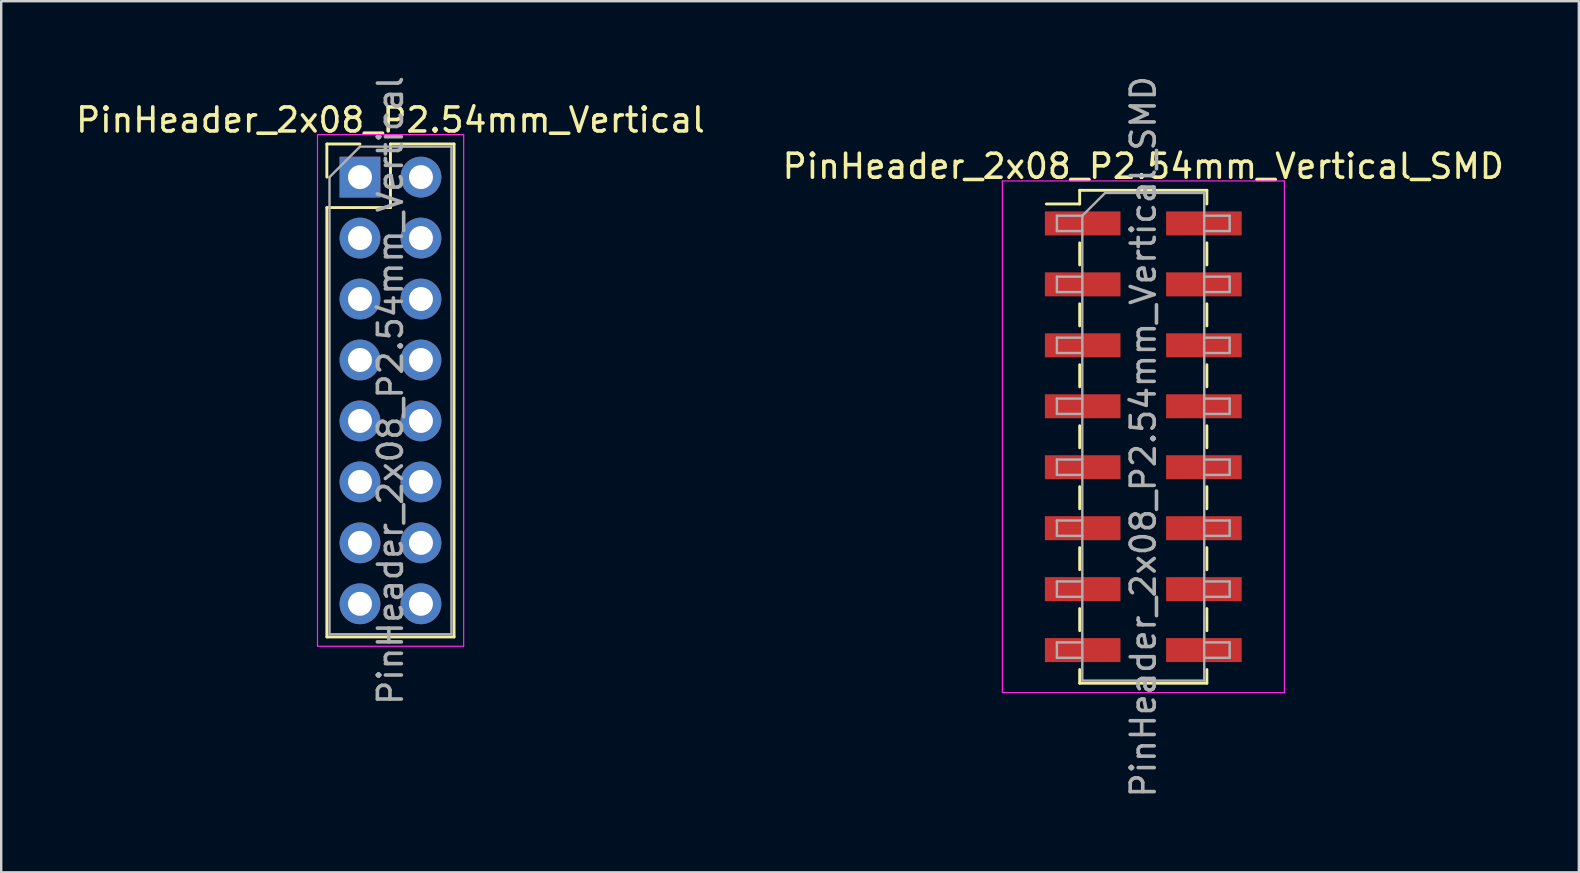
<source format=kicad_pcb>
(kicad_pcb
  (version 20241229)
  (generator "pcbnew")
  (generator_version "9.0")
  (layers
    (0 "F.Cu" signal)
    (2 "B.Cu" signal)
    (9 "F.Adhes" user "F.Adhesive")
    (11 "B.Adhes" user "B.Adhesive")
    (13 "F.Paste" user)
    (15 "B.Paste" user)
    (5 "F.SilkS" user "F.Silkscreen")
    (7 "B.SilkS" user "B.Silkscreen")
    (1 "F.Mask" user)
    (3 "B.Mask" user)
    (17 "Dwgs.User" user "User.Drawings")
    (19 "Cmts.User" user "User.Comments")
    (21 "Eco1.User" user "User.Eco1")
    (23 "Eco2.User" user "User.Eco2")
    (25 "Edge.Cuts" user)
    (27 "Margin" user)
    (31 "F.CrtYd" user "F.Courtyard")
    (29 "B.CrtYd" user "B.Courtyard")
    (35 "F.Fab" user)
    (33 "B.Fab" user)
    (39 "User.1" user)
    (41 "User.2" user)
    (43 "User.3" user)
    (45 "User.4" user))
  (footprint "PinHeader_2x08_P2.54mm_Vertical"
    (layer "F.Cu")
    (at 11.95 4.33)
    (property "Reference" "PinHeader_2x08_P2.54mm_Vertical" (at 1.27 -2.38 0) (layer "F.SilkS") (effects (font (size 1 1) (thickness 0.15))))
    (attr through_hole)
    (fp_line (start -1.38 -1.38) (end 0 -1.38) (stroke (width 0.12) (type solid)) (layer "F.SilkS"))
    (fp_line (start -1.38 0) (end -1.38 -1.38) (stroke (width 0.12) (type solid)) (layer "F.SilkS"))
    (fp_line (start -1.38 1.27) (end -1.38 19.16) (stroke (width 0.12) (type solid)) (layer "F.SilkS"))
    (fp_line (start -1.38 1.27) (end 1.27 1.27) (stroke (width 0.12) (type solid)) (layer "F.SilkS"))
    (fp_line (start -1.38 19.16) (end 3.92 19.16) (stroke (width 0.12) (type solid)) (layer "F.SilkS"))
    (fp_line (start 1.27 -1.38) (end 3.92 -1.38) (stroke (width 0.12) (type solid)) (layer "F.SilkS"))
    (fp_line (start 1.27 1.27) (end 1.27 -1.38) (stroke (width 0.12) (type solid)) (layer "F.SilkS"))
    (fp_line (start 3.92 -1.38) (end 3.92 19.16) (stroke (width 0.12) (type solid)) (layer "F.SilkS"))
    (fp_line (start -1.77 -1.77) (end -1.77 19.55) (stroke (width 0.05) (type solid)) (layer "F.CrtYd"))
    (fp_line (start -1.77 19.55) (end 4.32 19.55) (stroke (width 0.05) (type solid)) (layer "F.CrtYd"))
    (fp_line (start 4.32 -1.77) (end -1.77 -1.77) (stroke (width 0.05) (type solid)) (layer "F.CrtYd"))
    (fp_line (start 4.32 19.55) (end 4.32 -1.77) (stroke (width 0.05) (type solid)) (layer "F.CrtYd"))
    (fp_line (start -1.27 0) (end 0 -1.27) (stroke (width 0.1) (type solid)) (layer "F.Fab"))
    (fp_line (start -1.27 19.05) (end -1.27 0) (stroke (width 0.1) (type solid)) (layer "F.Fab"))
    (fp_line (start 0 -1.27) (end 3.81 -1.27) (stroke (width 0.1) (type solid)) (layer "F.Fab"))
    (fp_line (start 3.81 -1.27) (end 3.81 19.05) (stroke (width 0.1) (type solid)) (layer "F.Fab"))
    (fp_line (start 3.81 19.05) (end -1.27 19.05) (stroke (width 0.1) (type solid)) (layer "F.Fab"))
    (fp_text user "${REFERENCE}" (at 1.27 8.89 90) (layer "F.Fab") (effects (font (size 1 1) (thickness 0.15))))
    (pad "1" thru_hole rect (at 0 0) (size 1.7 1.7) (drill 1) (layers "*.Cu" "*.Mask"))
    (pad "2" thru_hole circle (at 2.54 0) (size 1.7 1.7) (drill 1) (layers "*.Cu" "*.Mask"))
    (pad "3" thru_hole circle (at 0 2.54) (size 1.7 1.7) (drill 1) (layers "*.Cu" "*.Mask"))
    (pad "4" thru_hole circle (at 2.54 2.54) (size 1.7 1.7) (drill 1) (layers "*.Cu" "*.Mask"))
    (pad "5" thru_hole circle (at 0 5.08) (size 1.7 1.7) (drill 1) (layers "*.Cu" "*.Mask"))
    (pad "6" thru_hole circle (at 2.54 5.08) (size 1.7 1.7) (drill 1) (layers "*.Cu" "*.Mask"))
    (pad "7" thru_hole circle (at 0 7.62) (size 1.7 1.7) (drill 1) (layers "*.Cu" "*.Mask"))
    (pad "8" thru_hole circle (at 2.54 7.62) (size 1.7 1.7) (drill 1) (layers "*.Cu" "*.Mask"))
    (pad "9" thru_hole circle (at 0 10.16) (size 1.7 1.7) (drill 1) (layers "*.Cu" "*.Mask"))
    (pad "10" thru_hole circle (at 2.54 10.16) (size 1.7 1.7) (drill 1) (layers "*.Cu" "*.Mask"))
    (pad "11" thru_hole circle (at 0 12.7) (size 1.7 1.7) (drill 1) (layers "*.Cu" "*.Mask"))
    (pad "12" thru_hole circle (at 2.54 12.7) (size 1.7 1.7) (drill 1) (layers "*.Cu" "*.Mask"))
    (pad "13" thru_hole circle (at 0 15.24) (size 1.7 1.7) (drill 1) (layers "*.Cu" "*.Mask"))
    (pad "14" thru_hole circle (at 2.54 15.24) (size 1.7 1.7) (drill 1) (layers "*.Cu" "*.Mask"))
    (pad "15" thru_hole circle (at 0 17.78) (size 1.7 1.7) (drill 1) (layers "*.Cu" "*.Mask"))
    (pad "16" thru_hole circle (at 2.54 17.78) (size 1.7 1.7) (drill 1) (layers "*.Cu" "*.Mask")))
  (footprint "PinHeader_2x08_P2.54mm_Vertical_SMD"
    (layer "F.Cu")
    (at 44.589 15.149)
    (property "Reference" "PinHeader_2x08_P2.54mm_Vertical_SMD" (at 0 -11.27 0) (layer "F.SilkS") (effects (font (size 1 1) (thickness 0.15))))
    (attr smd)
    (fp_line (start -4.04 -9.7) (end -2.65 -9.7) (stroke (width 0.12) (type solid)) (layer "F.SilkS"))
    (fp_line (start -2.65 -10.27) (end -2.65 -9.7) (stroke (width 0.12) (type solid)) (layer "F.SilkS"))
    (fp_line (start -2.65 -10.27) (end 2.65 -10.27) (stroke (width 0.12) (type solid)) (layer "F.SilkS"))
    (fp_line (start -2.65 -8.08) (end -2.65 -7.16) (stroke (width 0.12) (type solid)) (layer "F.SilkS"))
    (fp_line (start -2.65 -5.54) (end -2.65 -4.62) (stroke (width 0.12) (type solid)) (layer "F.SilkS"))
    (fp_line (start -2.65 -3) (end -2.65 -2.08) (stroke (width 0.12) (type solid)) (layer "F.SilkS"))
    (fp_line (start -2.65 -0.46) (end -2.65 0.46) (stroke (width 0.12) (type solid)) (layer "F.SilkS"))
    (fp_line (start -2.65 2.08) (end -2.65 3) (stroke (width 0.12) (type solid)) (layer "F.SilkS"))
    (fp_line (start -2.65 4.62) (end -2.65 5.54) (stroke (width 0.12) (type solid)) (layer "F.SilkS"))
    (fp_line (start -2.65 7.16) (end -2.65 8.08) (stroke (width 0.12) (type solid)) (layer "F.SilkS"))
    (fp_line (start -2.65 9.7) (end -2.65 10.27) (stroke (width 0.12) (type solid)) (layer "F.SilkS"))
    (fp_line (start -2.65 10.27) (end 2.65 10.27) (stroke (width 0.12) (type solid)) (layer "F.SilkS"))
    (fp_line (start 2.65 -10.27) (end 2.65 -9.7) (stroke (width 0.12) (type solid)) (layer "F.SilkS"))
    (fp_line (start 2.65 -8.08) (end 2.65 -7.16) (stroke (width 0.12) (type solid)) (layer "F.SilkS"))
    (fp_line (start 2.65 -5.54) (end 2.65 -4.62) (stroke (width 0.12) (type solid)) (layer "F.SilkS"))
    (fp_line (start 2.65 -3) (end 2.65 -2.08) (stroke (width 0.12) (type solid)) (layer "F.SilkS"))
    (fp_line (start 2.65 -0.46) (end 2.65 0.46) (stroke (width 0.12) (type solid)) (layer "F.SilkS"))
    (fp_line (start 2.65 2.08) (end 2.65 3) (stroke (width 0.12) (type solid)) (layer "F.SilkS"))
    (fp_line (start 2.65 4.62) (end 2.65 5.54) (stroke (width 0.12) (type solid)) (layer "F.SilkS"))
    (fp_line (start 2.65 7.16) (end 2.65 8.08) (stroke (width 0.12) (type solid)) (layer "F.SilkS"))
    (fp_line (start 2.65 9.7) (end 2.65 10.27) (stroke (width 0.12) (type solid)) (layer "F.SilkS"))
    (fp_line (start -5.87 -10.66) (end -5.87 10.66) (stroke (width 0.05) (type solid)) (layer "F.CrtYd"))
    (fp_line (start -5.87 10.66) (end 5.88 10.66) (stroke (width 0.05) (type solid)) (layer "F.CrtYd"))
    (fp_line (start 5.88 -10.66) (end -5.87 -10.66) (stroke (width 0.05) (type solid)) (layer "F.CrtYd"))
    (fp_line (start 5.88 10.66) (end 5.88 -10.66) (stroke (width 0.05) (type solid)) (layer "F.CrtYd"))
    (fp_line (start -3.6 -9.21) (end -3.6 -8.57) (stroke (width 0.1) (type solid)) (layer "F.Fab"))
    (fp_line (start -3.6 -8.57) (end -2.54 -8.57) (stroke (width 0.1) (type solid)) (layer "F.Fab"))
    (fp_line (start -3.6 -6.67) (end -3.6 -6.03) (stroke (width 0.1) (type solid)) (layer "F.Fab"))
    (fp_line (start -3.6 -6.03) (end -2.54 -6.03) (stroke (width 0.1) (type solid)) (layer "F.Fab"))
    (fp_line (start -3.6 -4.13) (end -3.6 -3.49) (stroke (width 0.1) (type solid)) (layer "F.Fab"))
    (fp_line (start -3.6 -3.49) (end -2.54 -3.49) (stroke (width 0.1) (type solid)) (layer "F.Fab"))
    (fp_line (start -3.6 -1.59) (end -3.6 -0.95) (stroke (width 0.1) (type solid)) (layer "F.Fab"))
    (fp_line (start -3.6 -0.95) (end -2.54 -0.95) (stroke (width 0.1) (type solid)) (layer "F.Fab"))
    (fp_line (start -3.6 0.95) (end -3.6 1.59) (stroke (width 0.1) (type solid)) (layer "F.Fab"))
    (fp_line (start -3.6 1.59) (end -2.54 1.59) (stroke (width 0.1) (type solid)) (layer "F.Fab"))
    (fp_line (start -3.6 3.49) (end -3.6 4.13) (stroke (width 0.1) (type solid)) (layer "F.Fab"))
    (fp_line (start -3.6 4.13) (end -2.54 4.13) (stroke (width 0.1) (type solid)) (layer "F.Fab"))
    (fp_line (start -3.6 6.03) (end -3.6 6.67) (stroke (width 0.1) (type solid)) (layer "F.Fab"))
    (fp_line (start -3.6 6.67) (end -2.54 6.67) (stroke (width 0.1) (type solid)) (layer "F.Fab"))
    (fp_line (start -3.6 8.57) (end -3.6 9.21) (stroke (width 0.1) (type solid)) (layer "F.Fab"))
    (fp_line (start -3.6 9.21) (end -2.54 9.21) (stroke (width 0.1) (type solid)) (layer "F.Fab"))
    (fp_line (start -2.54 -9.21) (end -3.6 -9.21) (stroke (width 0.1) (type solid)) (layer "F.Fab"))
    (fp_line (start -2.54 -9.21) (end -1.59 -10.16) (stroke (width 0.1) (type solid)) (layer "F.Fab"))
    (fp_line (start -2.54 -6.67) (end -3.6 -6.67) (stroke (width 0.1) (type solid)) (layer "F.Fab"))
    (fp_line (start -2.54 -4.13) (end -3.6 -4.13) (stroke (width 0.1) (type solid)) (layer "F.Fab"))
    (fp_line (start -2.54 -1.59) (end -3.6 -1.59) (stroke (width 0.1) (type solid)) (layer "F.Fab"))
    (fp_line (start -2.54 0.95) (end -3.6 0.95) (stroke (width 0.1) (type solid)) (layer "F.Fab"))
    (fp_line (start -2.54 3.49) (end -3.6 3.49) (stroke (width 0.1) (type solid)) (layer "F.Fab"))
    (fp_line (start -2.54 6.03) (end -3.6 6.03) (stroke (width 0.1) (type solid)) (layer "F.Fab"))
    (fp_line (start -2.54 8.57) (end -3.6 8.57) (stroke (width 0.1) (type solid)) (layer "F.Fab"))
    (fp_line (start -2.54 10.16) (end -2.54 -9.21) (stroke (width 0.1) (type solid)) (layer "F.Fab"))
    (fp_line (start -1.59 -10.16) (end 2.54 -10.16) (stroke (width 0.1) (type solid)) (layer "F.Fab"))
    (fp_line (start 2.54 -10.16) (end 2.54 10.16) (stroke (width 0.1) (type solid)) (layer "F.Fab"))
    (fp_line (start 2.54 -9.21) (end 3.6 -9.21) (stroke (width 0.1) (type solid)) (layer "F.Fab"))
    (fp_line (start 2.54 -6.67) (end 3.6 -6.67) (stroke (width 0.1) (type solid)) (layer "F.Fab"))
    (fp_line (start 2.54 -4.13) (end 3.6 -4.13) (stroke (width 0.1) (type solid)) (layer "F.Fab"))
    (fp_line (start 2.54 -1.59) (end 3.6 -1.59) (stroke (width 0.1) (type solid)) (layer "F.Fab"))
    (fp_line (start 2.54 0.95) (end 3.6 0.95) (stroke (width 0.1) (type solid)) (layer "F.Fab"))
    (fp_line (start 2.54 3.49) (end 3.6 3.49) (stroke (width 0.1) (type solid)) (layer "F.Fab"))
    (fp_line (start 2.54 6.03) (end 3.6 6.03) (stroke (width 0.1) (type solid)) (layer "F.Fab"))
    (fp_line (start 2.54 8.57) (end 3.6 8.57) (stroke (width 0.1) (type solid)) (layer "F.Fab"))
    (fp_line (start 2.54 10.16) (end -2.54 10.16) (stroke (width 0.1) (type solid)) (layer "F.Fab"))
    (fp_line (start 3.6 -9.21) (end 3.6 -8.57) (stroke (width 0.1) (type solid)) (layer "F.Fab"))
    (fp_line (start 3.6 -8.57) (end 2.54 -8.57) (stroke (width 0.1) (type solid)) (layer "F.Fab"))
    (fp_line (start 3.6 -6.67) (end 3.6 -6.03) (stroke (width 0.1) (type solid)) (layer "F.Fab"))
    (fp_line (start 3.6 -6.03) (end 2.54 -6.03) (stroke (width 0.1) (type solid)) (layer "F.Fab"))
    (fp_line (start 3.6 -4.13) (end 3.6 -3.49) (stroke (width 0.1) (type solid)) (layer "F.Fab"))
    (fp_line (start 3.6 -3.49) (end 2.54 -3.49) (stroke (width 0.1) (type solid)) (layer "F.Fab"))
    (fp_line (start 3.6 -1.59) (end 3.6 -0.95) (stroke (width 0.1) (type solid)) (layer "F.Fab"))
    (fp_line (start 3.6 -0.95) (end 2.54 -0.95) (stroke (width 0.1) (type solid)) (layer "F.Fab"))
    (fp_line (start 3.6 0.95) (end 3.6 1.59) (stroke (width 0.1) (type solid)) (layer "F.Fab"))
    (fp_line (start 3.6 1.59) (end 2.54 1.59) (stroke (width 0.1) (type solid)) (layer "F.Fab"))
    (fp_line (start 3.6 3.49) (end 3.6 4.13) (stroke (width 0.1) (type solid)) (layer "F.Fab"))
    (fp_line (start 3.6 4.13) (end 2.54 4.13) (stroke (width 0.1) (type solid)) (layer "F.Fab"))
    (fp_line (start 3.6 6.03) (end 3.6 6.67) (stroke (width 0.1) (type solid)) (layer "F.Fab"))
    (fp_line (start 3.6 6.67) (end 2.54 6.67) (stroke (width 0.1) (type solid)) (layer "F.Fab"))
    (fp_line (start 3.6 8.57) (end 3.6 9.21) (stroke (width 0.1) (type solid)) (layer "F.Fab"))
    (fp_line (start 3.6 9.21) (end 2.54 9.21) (stroke (width 0.1) (type solid)) (layer "F.Fab"))
    (fp_text user "${REFERENCE}" (at 0 0 90) (layer "F.Fab") (effects (font (size 1 1) (thickness 0.15))))
    (pad "1" smd rect (at -2.525 -8.89) (size 3.15 1) (layers "F.Cu" "F.Mask" "F.Paste"))
    (pad "2" smd rect (at 2.525 -8.89) (size 3.15 1) (layers "F.Cu" "F.Mask" "F.Paste"))
    (pad "3" smd rect (at -2.525 -6.35) (size 3.15 1) (layers "F.Cu" "F.Mask" "F.Paste"))
    (pad "4" smd rect (at 2.525 -6.35) (size 3.15 1) (layers "F.Cu" "F.Mask" "F.Paste"))
    (pad "5" smd rect (at -2.525 -3.81) (size 3.15 1) (layers "F.Cu" "F.Mask" "F.Paste"))
    (pad "6" smd rect (at 2.525 -3.81) (size 3.15 1) (layers "F.Cu" "F.Mask" "F.Paste"))
    (pad "7" smd rect (at -2.525 -1.27) (size 3.15 1) (layers "F.Cu" "F.Mask" "F.Paste"))
    (pad "8" smd rect (at 2.525 -1.27) (size 3.15 1) (layers "F.Cu" "F.Mask" "F.Paste"))
    (pad "9" smd rect (at -2.525 1.27) (size 3.15 1) (layers "F.Cu" "F.Mask" "F.Paste"))
    (pad "10" smd rect (at 2.525 1.27) (size 3.15 1) (layers "F.Cu" "F.Mask" "F.Paste"))
    (pad "11" smd rect (at -2.525 3.81) (size 3.15 1) (layers "F.Cu" "F.Mask" "F.Paste"))
    (pad "12" smd rect (at 2.525 3.81) (size 3.15 1) (layers "F.Cu" "F.Mask" "F.Paste"))
    (pad "13" smd rect (at -2.525 6.35) (size 3.15 1) (layers "F.Cu" "F.Mask" "F.Paste"))
    (pad "14" smd rect (at 2.525 6.35) (size 3.15 1) (layers "F.Cu" "F.Mask" "F.Paste"))
    (pad "15" smd rect (at -2.525 8.89) (size 3.15 1) (layers "F.Cu" "F.Mask" "F.Paste"))
    (pad "16" smd rect (at 2.525 8.89) (size 3.15 1) (layers "F.Cu" "F.Mask" "F.Paste")))
  (gr_rect
    (start -3 -3)
    (end 62.738 33.298)
    (stroke (width 0.1) (type default))
    (fill no)
    (layer "Edge.Cuts")))
</source>
